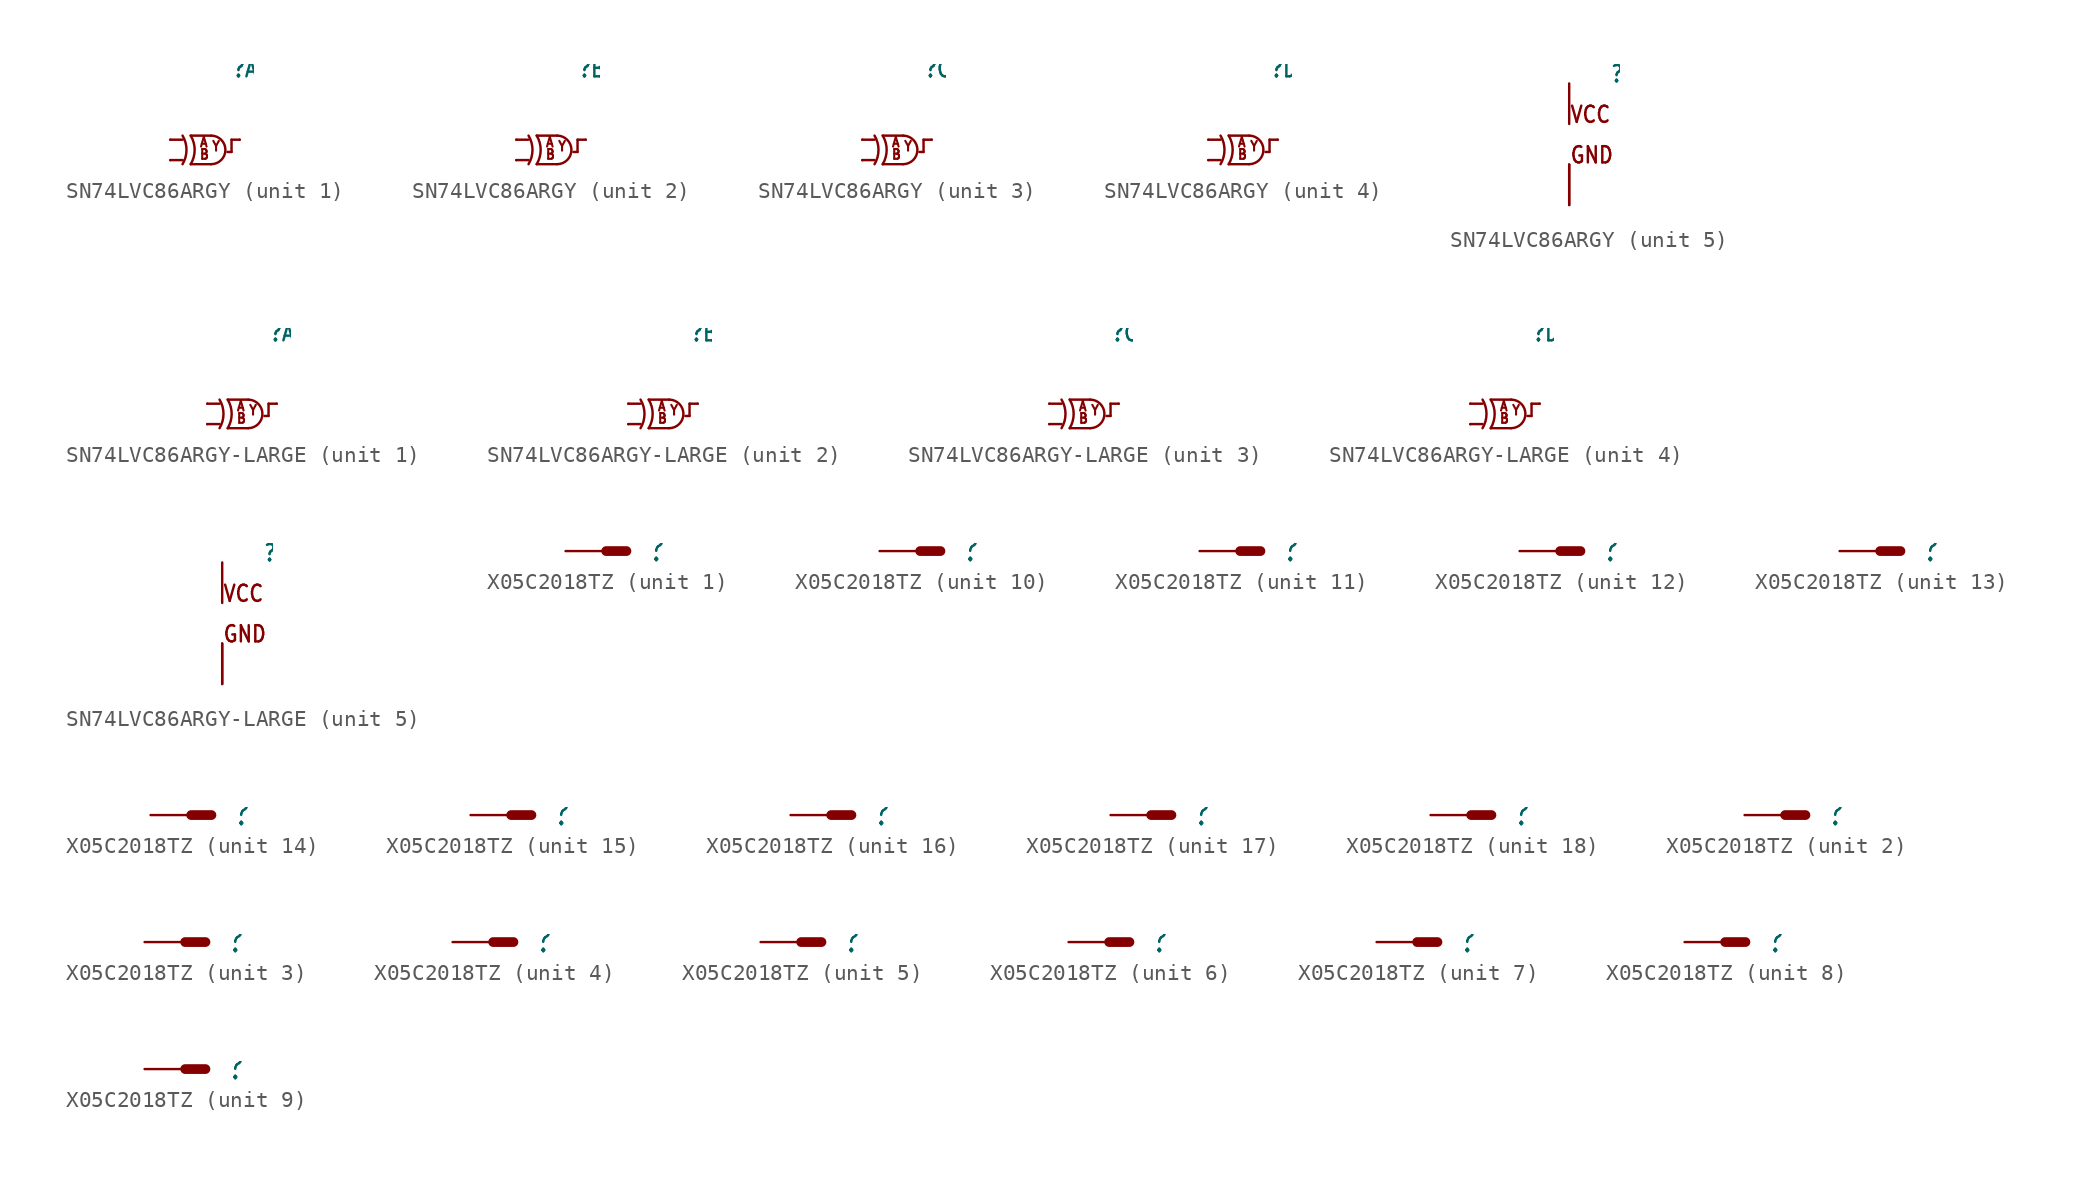
<source format=kicad_sym>
(kicad_symbol_lib
  (version 20211014)
  (generator kicad_symbol_editor)
  (symbol "SN74LVC86ARGY"
    (property "Reference" ""
      (at 2.54 5.08 0)
      (effects (font (size 1.016 0.864)) (justify left bottom)))
    (property "ki_locked" ""
      (at 0 0 0)
      (effects (font (size 1.27 1.27))))
    (symbol "SN74LVC86ARGY_1_0"
      (arc (start -0.508 -0.254) (mid -0.2618 0.635) (end -0.508 1.524) (stroke (width 0.1524) (type default) (color 0 0 0 0)) (fill (type none)))
      (arc (start 0 -0.254) (mid 0.2462 0.635) (end 0 1.524) (stroke (width 0.1524) (type default) (color 0 0 0 0)) (fill (type none)))
      (polyline (pts (xy -1.27 0) (xy -0.508 0)) (stroke (width 0.152) (type default) (color 0 0 0 0)) (fill (type none)))
      (polyline (pts (xy -1.27 1.27) (xy -0.508 1.27)) (stroke (width 0.152) (type default) (color 0 0 0 0)) (fill (type none)))
      (polyline (pts (xy 0 -0.254) (xy 1.27 -0.254)) (stroke (width 0.152) (type default) (color 0 0 0 0)) (fill (type none)))
      (polyline (pts (xy 0 1.524) (xy 1.27 1.524)) (stroke (width 0.152) (type default) (color 0 0 0 0)) (fill (type none)))
      (polyline (pts (xy 2.54 0.508) (xy 2.286 0.508)) (stroke (width 0.152) (type default) (color 0 0 0 0)) (fill (type none)))
      (polyline (pts (xy 2.54 1.27) (xy 2.54 0.508)) (stroke (width 0.152) (type default) (color 0 0 0 0)) (fill (type none)))
      (polyline (pts (xy 2.54 1.27) (xy 3.048 1.27)) (stroke (width 0.152) (type default) (color 0 0 0 0)) (fill (type none)))
      (arc (start 1.27 -0.254) (mid 2.159 0.635) (end 1.27 1.524) (stroke (width 0.1524) (type default) (color 0 0 0 0)) (fill (type none)))
      (text "A" (at 0.508 0.762 0) (effects (font (size 0.61 0.518)) (justify left bottom)))
      (text "B" (at 0.508 0 0) (effects (font (size 0.61 0.518)) (justify left bottom)))
      (text "Y" (at 1.27 0.508 0) (effects (font (size 0.61 0.518)) (justify left bottom)))
      (pin input line (at -1.27 1.27 0) (length 0) (name "A" (effects (font (size 0 0)))) (number "1" (effects (font (size 0 0)))))
      (pin input line (at -1.27 0 0) (length 0) (name "B" (effects (font (size 0 0)))) (number "2" (effects (font (size 0 0)))))
      (pin output line (at 3.048 1.27 180) (length 0) (name "Y" (effects (font (size 0 0)))) (number "3" (effects (font (size 0 0))))))
    (symbol "SN74LVC86ARGY_2_0"
      (arc (start -0.508 -0.254) (mid -0.2618 0.635) (end -0.508 1.524) (stroke (width 0.1524) (type default) (color 0 0 0 0)) (fill (type none)))
      (arc (start 0 -0.254) (mid 0.2462 0.635) (end 0 1.524) (stroke (width 0.1524) (type default) (color 0 0 0 0)) (fill (type none)))
      (polyline (pts (xy -1.27 0) (xy -0.508 0)) (stroke (width 0.152) (type default) (color 0 0 0 0)) (fill (type none)))
      (polyline (pts (xy -1.27 1.27) (xy -0.508 1.27)) (stroke (width 0.152) (type default) (color 0 0 0 0)) (fill (type none)))
      (polyline (pts (xy 0 -0.254) (xy 1.27 -0.254)) (stroke (width 0.152) (type default) (color 0 0 0 0)) (fill (type none)))
      (polyline (pts (xy 0 1.524) (xy 1.27 1.524)) (stroke (width 0.152) (type default) (color 0 0 0 0)) (fill (type none)))
      (polyline (pts (xy 2.54 0.508) (xy 2.286 0.508)) (stroke (width 0.152) (type default) (color 0 0 0 0)) (fill (type none)))
      (polyline (pts (xy 2.54 1.27) (xy 2.54 0.508)) (stroke (width 0.152) (type default) (color 0 0 0 0)) (fill (type none)))
      (polyline (pts (xy 2.54 1.27) (xy 3.048 1.27)) (stroke (width 0.152) (type default) (color 0 0 0 0)) (fill (type none)))
      (arc (start 1.27 -0.254) (mid 2.159 0.635) (end 1.27 1.524) (stroke (width 0.1524) (type default) (color 0 0 0 0)) (fill (type none)))
      (text "A" (at 0.508 0.762 0) (effects (font (size 0.61 0.518)) (justify left bottom)))
      (text "B" (at 0.508 0 0) (effects (font (size 0.61 0.518)) (justify left bottom)))
      (text "Y" (at 1.27 0.508 0) (effects (font (size 0.61 0.518)) (justify left bottom)))
      (pin input line (at -1.27 1.27 0) (length 0) (name "A" (effects (font (size 0 0)))) (number "4" (effects (font (size 0 0)))))
      (pin input line (at -1.27 0 0) (length 0) (name "B" (effects (font (size 0 0)))) (number "5" (effects (font (size 0 0)))))
      (pin output line (at 3.048 1.27 180) (length 0) (name "Y" (effects (font (size 0 0)))) (number "6" (effects (font (size 0 0))))))
    (symbol "SN74LVC86ARGY_3_0"
      (arc (start -0.508 -0.254) (mid -0.2618 0.635) (end -0.508 1.524) (stroke (width 0.1524) (type default) (color 0 0 0 0)) (fill (type none)))
      (arc (start 0 -0.254) (mid 0.2462 0.635) (end 0 1.524) (stroke (width 0.1524) (type default) (color 0 0 0 0)) (fill (type none)))
      (polyline (pts (xy -1.27 0) (xy -0.508 0)) (stroke (width 0.152) (type default) (color 0 0 0 0)) (fill (type none)))
      (polyline (pts (xy -1.27 1.27) (xy -0.508 1.27)) (stroke (width 0.152) (type default) (color 0 0 0 0)) (fill (type none)))
      (polyline (pts (xy 0 -0.254) (xy 1.27 -0.254)) (stroke (width 0.152) (type default) (color 0 0 0 0)) (fill (type none)))
      (polyline (pts (xy 0 1.524) (xy 1.27 1.524)) (stroke (width 0.152) (type default) (color 0 0 0 0)) (fill (type none)))
      (polyline (pts (xy 2.54 0.508) (xy 2.286 0.508)) (stroke (width 0.152) (type default) (color 0 0 0 0)) (fill (type none)))
      (polyline (pts (xy 2.54 1.27) (xy 2.54 0.508)) (stroke (width 0.152) (type default) (color 0 0 0 0)) (fill (type none)))
      (polyline (pts (xy 2.54 1.27) (xy 3.048 1.27)) (stroke (width 0.152) (type default) (color 0 0 0 0)) (fill (type none)))
      (arc (start 1.27 -0.254) (mid 2.159 0.635) (end 1.27 1.524) (stroke (width 0.1524) (type default) (color 0 0 0 0)) (fill (type none)))
      (text "A" (at 0.508 0.762 0) (effects (font (size 0.61 0.518)) (justify left bottom)))
      (text "B" (at 0.508 0 0) (effects (font (size 0.61 0.518)) (justify left bottom)))
      (text "Y" (at 1.27 0.508 0) (effects (font (size 0.61 0.518)) (justify left bottom)))
      (pin input line (at -1.27 0 0) (length 0) (name "B" (effects (font (size 0 0)))) (number "10" (effects (font (size 0 0)))))
      (pin output line (at 3.048 1.27 180) (length 0) (name "Y" (effects (font (size 0 0)))) (number "8" (effects (font (size 0 0)))))
      (pin input line (at -1.27 1.27 0) (length 0) (name "A" (effects (font (size 0 0)))) (number "9" (effects (font (size 0 0))))))
    (symbol "SN74LVC86ARGY_4_0"
      (arc (start -0.508 -0.254) (mid -0.2618 0.635) (end -0.508 1.524) (stroke (width 0.1524) (type default) (color 0 0 0 0)) (fill (type none)))
      (arc (start 0 -0.254) (mid 0.2462 0.635) (end 0 1.524) (stroke (width 0.1524) (type default) (color 0 0 0 0)) (fill (type none)))
      (polyline (pts (xy -1.27 0) (xy -0.508 0)) (stroke (width 0.152) (type default) (color 0 0 0 0)) (fill (type none)))
      (polyline (pts (xy -1.27 1.27) (xy -0.508 1.27)) (stroke (width 0.152) (type default) (color 0 0 0 0)) (fill (type none)))
      (polyline (pts (xy 0 -0.254) (xy 1.27 -0.254)) (stroke (width 0.152) (type default) (color 0 0 0 0)) (fill (type none)))
      (polyline (pts (xy 0 1.524) (xy 1.27 1.524)) (stroke (width 0.152) (type default) (color 0 0 0 0)) (fill (type none)))
      (polyline (pts (xy 2.54 0.508) (xy 2.286 0.508)) (stroke (width 0.152) (type default) (color 0 0 0 0)) (fill (type none)))
      (polyline (pts (xy 2.54 1.27) (xy 2.54 0.508)) (stroke (width 0.152) (type default) (color 0 0 0 0)) (fill (type none)))
      (polyline (pts (xy 2.54 1.27) (xy 3.048 1.27)) (stroke (width 0.152) (type default) (color 0 0 0 0)) (fill (type none)))
      (arc (start 1.27 -0.254) (mid 2.159 0.635) (end 1.27 1.524) (stroke (width 0.1524) (type default) (color 0 0 0 0)) (fill (type none)))
      (text "A" (at 0.508 0.762 0) (effects (font (size 0.61 0.518)) (justify left bottom)))
      (text "B" (at 0.508 0 0) (effects (font (size 0.61 0.518)) (justify left bottom)))
      (text "Y" (at 1.27 0.508 0) (effects (font (size 0.61 0.518)) (justify left bottom)))
      (pin output line (at 3.048 1.27 180) (length 0) (name "Y" (effects (font (size 0 0)))) (number "11" (effects (font (size 0 0)))))
      (pin input line (at -1.27 1.27 0) (length 0) (name "A" (effects (font (size 0 0)))) (number "12" (effects (font (size 0 0)))))
      (pin input line (at -1.27 0 0) (length 0) (name "B" (effects (font (size 0 0)))) (number "13" (effects (font (size 0 0))))))
    (symbol "SN74LVC86ARGY_5_0"
      (text "GND" (at 0 0 0) (effects (font (size 1.016 0.864)) (justify left bottom)))
      (text "VCC" (at 0 2.54 0) (effects (font (size 1.016 0.864)) (justify left bottom)))
      (pin power_in line (at 0 5.08 270) (length 2.54) (name "VCC" (effects (font (size 0 0)))) (number "14" (effects (font (size 0 0)))))
      (pin power_in line (at 0 -2.54 90) (length 2.54) (name "GND" (effects (font (size 0 0)))) (number "15" (effects (font (size 0 0)))))
      (pin power_in line (at 0 -2.54 90) (length 2.54) (name "GND" (effects (font (size 0 0)))) (number "7" (effects (font (size 0 0)))))))
  (symbol "SN74LVC86ARGY-LARGE"
    (property "Reference" ""
      (at 2.54 5.08 0)
      (effects (font (size 1.016 0.864)) (justify left bottom)))
    (property "ki_locked" ""
      (at 0 0 0)
      (effects (font (size 1.27 1.27))))
    (symbol "SN74LVC86ARGY-LARGE_1_0"
      (arc (start -0.508 -0.254) (mid -0.2618 0.635) (end -0.508 1.524) (stroke (width 0.1524) (type default) (color 0 0 0 0)) (fill (type none)))
      (arc (start 0 -0.254) (mid 0.2462 0.635) (end 0 1.524) (stroke (width 0.1524) (type default) (color 0 0 0 0)) (fill (type none)))
      (polyline (pts (xy -1.27 0) (xy -0.508 0)) (stroke (width 0.152) (type default) (color 0 0 0 0)) (fill (type none)))
      (polyline (pts (xy -1.27 1.27) (xy -0.508 1.27)) (stroke (width 0.152) (type default) (color 0 0 0 0)) (fill (type none)))
      (polyline (pts (xy 0 -0.254) (xy 1.27 -0.254)) (stroke (width 0.152) (type default) (color 0 0 0 0)) (fill (type none)))
      (polyline (pts (xy 0 1.524) (xy 1.27 1.524)) (stroke (width 0.152) (type default) (color 0 0 0 0)) (fill (type none)))
      (polyline (pts (xy 2.54 0.508) (xy 2.286 0.508)) (stroke (width 0.152) (type default) (color 0 0 0 0)) (fill (type none)))
      (polyline (pts (xy 2.54 1.27) (xy 2.54 0.508)) (stroke (width 0.152) (type default) (color 0 0 0 0)) (fill (type none)))
      (polyline (pts (xy 2.54 1.27) (xy 3.048 1.27)) (stroke (width 0.152) (type default) (color 0 0 0 0)) (fill (type none)))
      (arc (start 1.27 -0.254) (mid 2.159 0.635) (end 1.27 1.524) (stroke (width 0.1524) (type default) (color 0 0 0 0)) (fill (type none)))
      (text "A" (at 0.508 0.762 0) (effects (font (size 0.61 0.518)) (justify left bottom)))
      (text "B" (at 0.508 0 0) (effects (font (size 0.61 0.518)) (justify left bottom)))
      (text "Y" (at 1.27 0.508 0) (effects (font (size 0.61 0.518)) (justify left bottom)))
      (pin input line (at -1.27 1.27 0) (length 0) (name "A" (effects (font (size 0 0)))) (number "1" (effects (font (size 0 0)))))
      (pin input line (at -1.27 0 0) (length 0) (name "B" (effects (font (size 0 0)))) (number "2" (effects (font (size 0 0)))))
      (pin output line (at 3.048 1.27 180) (length 0) (name "Y" (effects (font (size 0 0)))) (number "3" (effects (font (size 0 0))))))
    (symbol "SN74LVC86ARGY-LARGE_2_0"
      (arc (start -0.508 -0.254) (mid -0.2618 0.635) (end -0.508 1.524) (stroke (width 0.1524) (type default) (color 0 0 0 0)) (fill (type none)))
      (arc (start 0 -0.254) (mid 0.2462 0.635) (end 0 1.524) (stroke (width 0.1524) (type default) (color 0 0 0 0)) (fill (type none)))
      (polyline (pts (xy -1.27 0) (xy -0.508 0)) (stroke (width 0.152) (type default) (color 0 0 0 0)) (fill (type none)))
      (polyline (pts (xy -1.27 1.27) (xy -0.508 1.27)) (stroke (width 0.152) (type default) (color 0 0 0 0)) (fill (type none)))
      (polyline (pts (xy 0 -0.254) (xy 1.27 -0.254)) (stroke (width 0.152) (type default) (color 0 0 0 0)) (fill (type none)))
      (polyline (pts (xy 0 1.524) (xy 1.27 1.524)) (stroke (width 0.152) (type default) (color 0 0 0 0)) (fill (type none)))
      (polyline (pts (xy 2.54 0.508) (xy 2.286 0.508)) (stroke (width 0.152) (type default) (color 0 0 0 0)) (fill (type none)))
      (polyline (pts (xy 2.54 1.27) (xy 2.54 0.508)) (stroke (width 0.152) (type default) (color 0 0 0 0)) (fill (type none)))
      (polyline (pts (xy 2.54 1.27) (xy 3.048 1.27)) (stroke (width 0.152) (type default) (color 0 0 0 0)) (fill (type none)))
      (arc (start 1.27 -0.254) (mid 2.159 0.635) (end 1.27 1.524) (stroke (width 0.1524) (type default) (color 0 0 0 0)) (fill (type none)))
      (text "A" (at 0.508 0.762 0) (effects (font (size 0.61 0.518)) (justify left bottom)))
      (text "B" (at 0.508 0 0) (effects (font (size 0.61 0.518)) (justify left bottom)))
      (text "Y" (at 1.27 0.508 0) (effects (font (size 0.61 0.518)) (justify left bottom)))
      (pin input line (at -1.27 1.27 0) (length 0) (name "A" (effects (font (size 0 0)))) (number "4" (effects (font (size 0 0)))))
      (pin input line (at -1.27 0 0) (length 0) (name "B" (effects (font (size 0 0)))) (number "5" (effects (font (size 0 0)))))
      (pin output line (at 3.048 1.27 180) (length 0) (name "Y" (effects (font (size 0 0)))) (number "6" (effects (font (size 0 0))))))
    (symbol "SN74LVC86ARGY-LARGE_3_0"
      (arc (start -0.508 -0.254) (mid -0.2618 0.635) (end -0.508 1.524) (stroke (width 0.1524) (type default) (color 0 0 0 0)) (fill (type none)))
      (arc (start 0 -0.254) (mid 0.2462 0.635) (end 0 1.524) (stroke (width 0.1524) (type default) (color 0 0 0 0)) (fill (type none)))
      (polyline (pts (xy -1.27 0) (xy -0.508 0)) (stroke (width 0.152) (type default) (color 0 0 0 0)) (fill (type none)))
      (polyline (pts (xy -1.27 1.27) (xy -0.508 1.27)) (stroke (width 0.152) (type default) (color 0 0 0 0)) (fill (type none)))
      (polyline (pts (xy 0 -0.254) (xy 1.27 -0.254)) (stroke (width 0.152) (type default) (color 0 0 0 0)) (fill (type none)))
      (polyline (pts (xy 0 1.524) (xy 1.27 1.524)) (stroke (width 0.152) (type default) (color 0 0 0 0)) (fill (type none)))
      (polyline (pts (xy 2.54 0.508) (xy 2.286 0.508)) (stroke (width 0.152) (type default) (color 0 0 0 0)) (fill (type none)))
      (polyline (pts (xy 2.54 1.27) (xy 2.54 0.508)) (stroke (width 0.152) (type default) (color 0 0 0 0)) (fill (type none)))
      (polyline (pts (xy 2.54 1.27) (xy 3.048 1.27)) (stroke (width 0.152) (type default) (color 0 0 0 0)) (fill (type none)))
      (arc (start 1.27 -0.254) (mid 2.159 0.635) (end 1.27 1.524) (stroke (width 0.1524) (type default) (color 0 0 0 0)) (fill (type none)))
      (text "A" (at 0.508 0.762 0) (effects (font (size 0.61 0.518)) (justify left bottom)))
      (text "B" (at 0.508 0 0) (effects (font (size 0.61 0.518)) (justify left bottom)))
      (text "Y" (at 1.27 0.508 0) (effects (font (size 0.61 0.518)) (justify left bottom)))
      (pin input line (at -1.27 0 0) (length 0) (name "B" (effects (font (size 0 0)))) (number "10" (effects (font (size 0 0)))))
      (pin output line (at 3.048 1.27 180) (length 0) (name "Y" (effects (font (size 0 0)))) (number "8" (effects (font (size 0 0)))))
      (pin input line (at -1.27 1.27 0) (length 0) (name "A" (effects (font (size 0 0)))) (number "9" (effects (font (size 0 0))))))
    (symbol "SN74LVC86ARGY-LARGE_4_0"
      (arc (start -0.508 -0.254) (mid -0.2618 0.635) (end -0.508 1.524) (stroke (width 0.1524) (type default) (color 0 0 0 0)) (fill (type none)))
      (arc (start 0 -0.254) (mid 0.2462 0.635) (end 0 1.524) (stroke (width 0.1524) (type default) (color 0 0 0 0)) (fill (type none)))
      (polyline (pts (xy -1.27 0) (xy -0.508 0)) (stroke (width 0.152) (type default) (color 0 0 0 0)) (fill (type none)))
      (polyline (pts (xy -1.27 1.27) (xy -0.508 1.27)) (stroke (width 0.152) (type default) (color 0 0 0 0)) (fill (type none)))
      (polyline (pts (xy 0 -0.254) (xy 1.27 -0.254)) (stroke (width 0.152) (type default) (color 0 0 0 0)) (fill (type none)))
      (polyline (pts (xy 0 1.524) (xy 1.27 1.524)) (stroke (width 0.152) (type default) (color 0 0 0 0)) (fill (type none)))
      (polyline (pts (xy 2.54 0.508) (xy 2.286 0.508)) (stroke (width 0.152) (type default) (color 0 0 0 0)) (fill (type none)))
      (polyline (pts (xy 2.54 1.27) (xy 2.54 0.508)) (stroke (width 0.152) (type default) (color 0 0 0 0)) (fill (type none)))
      (polyline (pts (xy 2.54 1.27) (xy 3.048 1.27)) (stroke (width 0.152) (type default) (color 0 0 0 0)) (fill (type none)))
      (arc (start 1.27 -0.254) (mid 2.159 0.635) (end 1.27 1.524) (stroke (width 0.1524) (type default) (color 0 0 0 0)) (fill (type none)))
      (text "A" (at 0.508 0.762 0) (effects (font (size 0.61 0.518)) (justify left bottom)))
      (text "B" (at 0.508 0 0) (effects (font (size 0.61 0.518)) (justify left bottom)))
      (text "Y" (at 1.27 0.508 0) (effects (font (size 0.61 0.518)) (justify left bottom)))
      (pin output line (at 3.048 1.27 180) (length 0) (name "Y" (effects (font (size 0 0)))) (number "11" (effects (font (size 0 0)))))
      (pin input line (at -1.27 1.27 0) (length 0) (name "A" (effects (font (size 0 0)))) (number "12" (effects (font (size 0 0)))))
      (pin input line (at -1.27 0 0) (length 0) (name "B" (effects (font (size 0 0)))) (number "13" (effects (font (size 0 0))))))
    (symbol "SN74LVC86ARGY-LARGE_5_0"
      (text "GND" (at 0 0 0) (effects (font (size 1.016 0.864)) (justify left bottom)))
      (text "VCC" (at 0 2.54 0) (effects (font (size 1.016 0.864)) (justify left bottom)))
      (pin power_in line (at 0 5.08 270) (length 2.54) (name "VCC" (effects (font (size 0 0)))) (number "14" (effects (font (size 0 0)))))
      (pin power_in line (at 0 -2.54 90) (length 2.54) (name "GND" (effects (font (size 0 0)))) (number "15" (effects (font (size 0 0)))))
      (pin power_in line (at 0 -2.54 90) (length 2.54) (name "GND" (effects (font (size 0 0)))) (number "7" (effects (font (size 0 0)))))))
  (symbol "X05C2018TZ"
    (property "Reference" ""
      (at 2.54 -0.762 0)
      (effects (font (size 1.524 1.295)) (justify left bottom)))
    (property "ki_locked" ""
      (at 0 0 0)
      (effects (font (size 1.27 1.27))))
    (symbol "X05C2018TZ_1_0"
      (polyline (pts (xy 0 0) (xy 1.27 0)) (stroke (width 0.61) (type default) (color 0 0 0 0)) (fill (type none)))
      (pin passive line (at -2.54 0 0) (length 2.54) (name "MS" (effects (font (size 0 0)))) (number "1" (effects (font (size 0 0))))))
    (symbol "X05C2018TZ_2_0"
      (polyline (pts (xy 0 0) (xy 1.27 0)) (stroke (width 0.61) (type default) (color 0 0 0 0)) (fill (type none)))
      (pin passive line (at -2.54 0 0) (length 2.54) (name "MS" (effects (font (size 0 0)))) (number "2" (effects (font (size 0 0))))))
    (symbol "X05C2018TZ_3_0"
      (polyline (pts (xy 0 0) (xy 1.27 0)) (stroke (width 0.61) (type default) (color 0 0 0 0)) (fill (type none)))
      (pin passive line (at -2.54 0 0) (length 2.54) (name "MS" (effects (font (size 0 0)))) (number "3" (effects (font (size 0 0))))))
    (symbol "X05C2018TZ_4_0"
      (polyline (pts (xy 0 0) (xy 1.27 0)) (stroke (width 0.61) (type default) (color 0 0 0 0)) (fill (type none)))
      (pin passive line (at -2.54 0 0) (length 2.54) (name "MS" (effects (font (size 0 0)))) (number "4" (effects (font (size 0 0))))))
    (symbol "X05C2018TZ_5_0"
      (polyline (pts (xy 0 0) (xy 1.27 0)) (stroke (width 0.61) (type default) (color 0 0 0 0)) (fill (type none)))
      (pin passive line (at -2.54 0 0) (length 2.54) (name "MS" (effects (font (size 0 0)))) (number "5" (effects (font (size 0 0))))))
    (symbol "X05C2018TZ_6_0"
      (polyline (pts (xy 0 0) (xy 1.27 0)) (stroke (width 0.61) (type default) (color 0 0 0 0)) (fill (type none)))
      (pin passive line (at -2.54 0 0) (length 2.54) (name "MS" (effects (font (size 0 0)))) (number "6" (effects (font (size 0 0))))))
    (symbol "X05C2018TZ_7_0"
      (polyline (pts (xy 0 0) (xy 1.27 0)) (stroke (width 0.61) (type default) (color 0 0 0 0)) (fill (type none)))
      (pin passive line (at -2.54 0 0) (length 2.54) (name "MS" (effects (font (size 0 0)))) (number "7" (effects (font (size 0 0))))))
    (symbol "X05C2018TZ_8_0"
      (polyline (pts (xy 0 0) (xy 1.27 0)) (stroke (width 0.61) (type default) (color 0 0 0 0)) (fill (type none)))
      (pin passive line (at -2.54 0 0) (length 2.54) (name "MS" (effects (font (size 0 0)))) (number "8" (effects (font (size 0 0))))))
    (symbol "X05C2018TZ_9_0"
      (polyline (pts (xy 0 0) (xy 1.27 0)) (stroke (width 0.61) (type default) (color 0 0 0 0)) (fill (type none)))
      (pin passive line (at -2.54 0 0) (length 2.54) (name "MS" (effects (font (size 0 0)))) (number "9" (effects (font (size 0 0))))))
    (symbol "X05C2018TZ_10_0"
      (polyline (pts (xy 0 0) (xy 1.27 0)) (stroke (width 0.61) (type default) (color 0 0 0 0)) (fill (type none)))
      (pin passive line (at -2.54 0 0) (length 2.54) (name "MS" (effects (font (size 0 0)))) (number "10" (effects (font (size 0 0))))))
    (symbol "X05C2018TZ_11_0"
      (polyline (pts (xy 0 0) (xy 1.27 0)) (stroke (width 0.61) (type default) (color 0 0 0 0)) (fill (type none)))
      (pin passive line (at -2.54 0 0) (length 2.54) (name "MS" (effects (font (size 0 0)))) (number "11" (effects (font (size 0 0))))))
    (symbol "X05C2018TZ_12_0"
      (polyline (pts (xy 0 0) (xy 1.27 0)) (stroke (width 0.61) (type default) (color 0 0 0 0)) (fill (type none)))
      (pin passive line (at -2.54 0 0) (length 2.54) (name "MS" (effects (font (size 0 0)))) (number "12" (effects (font (size 0 0))))))
    (symbol "X05C2018TZ_13_0"
      (polyline (pts (xy 0 0) (xy 1.27 0)) (stroke (width 0.61) (type default) (color 0 0 0 0)) (fill (type none)))
      (pin passive line (at -2.54 0 0) (length 2.54) (name "MS" (effects (font (size 0 0)))) (number "13" (effects (font (size 0 0))))))
    (symbol "X05C2018TZ_14_0"
      (polyline (pts (xy 0 0) (xy 1.27 0)) (stroke (width 0.61) (type default) (color 0 0 0 0)) (fill (type none)))
      (pin passive line (at -2.54 0 0) (length 2.54) (name "MS" (effects (font (size 0 0)))) (number "14" (effects (font (size 0 0))))))
    (symbol "X05C2018TZ_15_0"
      (polyline (pts (xy 0 0) (xy 1.27 0)) (stroke (width 0.61) (type default) (color 0 0 0 0)) (fill (type none)))
      (pin passive line (at -2.54 0 0) (length 2.54) (name "MS" (effects (font (size 0 0)))) (number "15" (effects (font (size 0 0))))))
    (symbol "X05C2018TZ_16_0"
      (polyline (pts (xy 0 0) (xy 1.27 0)) (stroke (width 0.61) (type default) (color 0 0 0 0)) (fill (type none)))
      (pin passive line (at -2.54 0 0) (length 2.54) (name "MS" (effects (font (size 0 0)))) (number "16" (effects (font (size 0 0))))))
    (symbol "X05C2018TZ_17_0"
      (polyline (pts (xy 0 0) (xy 1.27 0)) (stroke (width 0.61) (type default) (color 0 0 0 0)) (fill (type none)))
      (pin passive line (at -2.54 0 0) (length 2.54) (name "MS" (effects (font (size 0 0)))) (number "17" (effects (font (size 0 0))))))
    (symbol "X05C2018TZ_18_0"
      (polyline (pts (xy 0 0) (xy 1.27 0)) (stroke (width 0.61) (type default) (color 0 0 0 0)) (fill (type none)))
      (pin passive line (at -2.54 0 0) (length 2.54) (name "MS" (effects (font (size 0 0)))) (number "18" (effects (font (size 0 0))))))))
</source>
